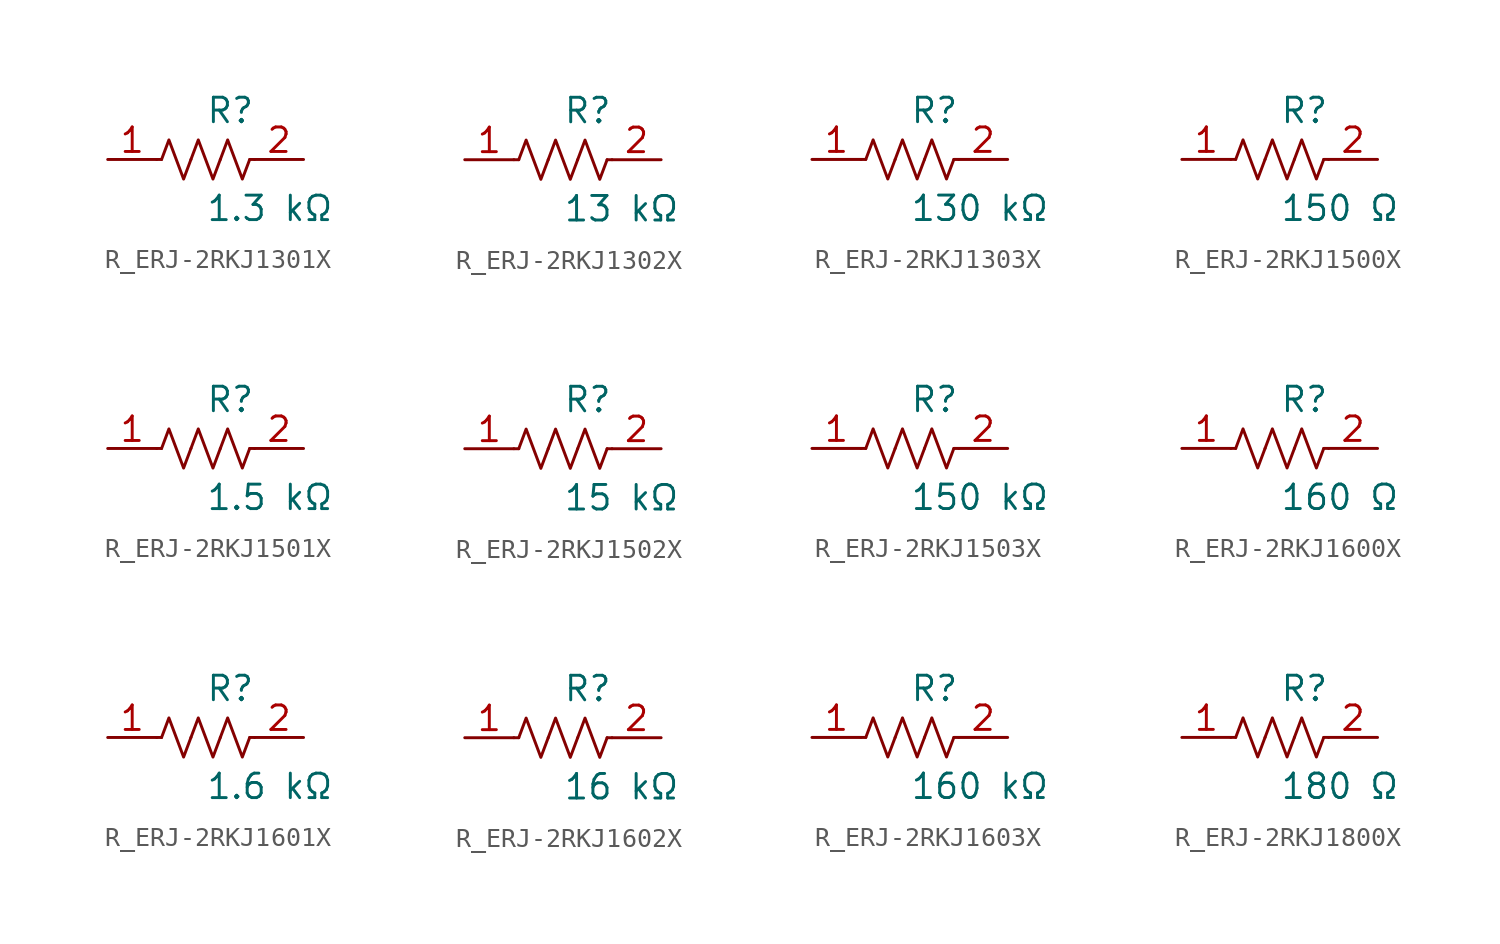
<source format=kicad_sym>
(kicad_symbol_lib
  (version 20231120)
  (generator kicad_symbol_editor)
  (generator_version 8.0)
  (symbol "R_ERJ-2RKJ1301X"
    (pin_names
      (offset 0.254))
    (property "Reference" "R"
      (at 0.0 2.54 0)
      (effects (font (size 1.27 1.27)) (justify left)))
    (property "Value" "1.3 kΩ"
      (at 0.0 -2.54 0)
      (effects (font (size 1.27 1.27)) (justify left)))
    (symbol "R_ERJ-2RKJ1301X_0_1"
      (polyline (pts (xy 2.286 0) (xy 2.54 0)) (stroke (width 0) (type default)) (fill (type none)))
      (polyline (pts (xy -2.286 0) (xy -2.54 0)) (stroke (width 0) (type default)) (fill (type none)))
      (polyline (pts (xy 0.762 0) (xy 1.143 1.016) (xy 1.524 0) (xy 1.905 -1.016) (xy 2.286 0)) (stroke (width 0) (type default)) (fill (type none)))
      (polyline (pts (xy -0.762 0) (xy -0.381 1.016) (xy 0 0) (xy 0.381 -1.016) (xy 0.762 0)) (stroke (width 0) (type default)) (fill (type none)))
      (polyline (pts (xy -2.286 0) (xy -1.905 1.016) (xy -1.524 0) (xy -1.143 -1.016) (xy -0.762 0)) (stroke (width 0) (type default)) (fill (type none))))
    (pin unspecified line
      (at -5.08 0 0)
      (length 2.54)
      (name "" (effects (font (size 1.27 1.27))))
      (number "1" (effects (font (size 1.27 1.27)))))
    (pin unspecified line
      (at 5.08 0 180)
      (length 2.54)
      (name "" (effects (font (size 1.27 1.27))))
      (number "2" (effects (font (size 1.27 1.27))))))
  (symbol "R_ERJ-2RKJ1302X"
    (pin_names
      (offset 0.254))
    (property "Reference" "R"
      (at 0.0 2.54 0)
      (effects (font (size 1.27 1.27)) (justify left)))
    (property "Value" "13 kΩ"
      (at 0.0 -2.54 0)
      (effects (font (size 1.27 1.27)) (justify left)))
    (symbol "R_ERJ-2RKJ1302X_0_1"
      (polyline (pts (xy 2.286 0) (xy 2.54 0)) (stroke (width 0) (type default)) (fill (type none)))
      (polyline (pts (xy -2.286 0) (xy -2.54 0)) (stroke (width 0) (type default)) (fill (type none)))
      (polyline (pts (xy 0.762 0) (xy 1.143 1.016) (xy 1.524 0) (xy 1.905 -1.016) (xy 2.286 0)) (stroke (width 0) (type default)) (fill (type none)))
      (polyline (pts (xy -0.762 0) (xy -0.381 1.016) (xy 0 0) (xy 0.381 -1.016) (xy 0.762 0)) (stroke (width 0) (type default)) (fill (type none)))
      (polyline (pts (xy -2.286 0) (xy -1.905 1.016) (xy -1.524 0) (xy -1.143 -1.016) (xy -0.762 0)) (stroke (width 0) (type default)) (fill (type none))))
    (pin unspecified line
      (at -5.08 0 0)
      (length 2.54)
      (name "" (effects (font (size 1.27 1.27))))
      (number "1" (effects (font (size 1.27 1.27)))))
    (pin unspecified line
      (at 5.08 0 180)
      (length 2.54)
      (name "" (effects (font (size 1.27 1.27))))
      (number "2" (effects (font (size 1.27 1.27))))))
  (symbol "R_ERJ-2RKJ1303X"
    (pin_names
      (offset 0.254))
    (property "Reference" "R"
      (at 0.0 2.54 0)
      (effects (font (size 1.27 1.27)) (justify left)))
    (property "Value" "130 kΩ"
      (at 0.0 -2.54 0)
      (effects (font (size 1.27 1.27)) (justify left)))
    (symbol "R_ERJ-2RKJ1303X_0_1"
      (polyline (pts (xy 2.286 0) (xy 2.54 0)) (stroke (width 0) (type default)) (fill (type none)))
      (polyline (pts (xy -2.286 0) (xy -2.54 0)) (stroke (width 0) (type default)) (fill (type none)))
      (polyline (pts (xy 0.762 0) (xy 1.143 1.016) (xy 1.524 0) (xy 1.905 -1.016) (xy 2.286 0)) (stroke (width 0) (type default)) (fill (type none)))
      (polyline (pts (xy -0.762 0) (xy -0.381 1.016) (xy 0 0) (xy 0.381 -1.016) (xy 0.762 0)) (stroke (width 0) (type default)) (fill (type none)))
      (polyline (pts (xy -2.286 0) (xy -1.905 1.016) (xy -1.524 0) (xy -1.143 -1.016) (xy -0.762 0)) (stroke (width 0) (type default)) (fill (type none))))
    (pin unspecified line
      (at -5.08 0 0)
      (length 2.54)
      (name "" (effects (font (size 1.27 1.27))))
      (number "1" (effects (font (size 1.27 1.27)))))
    (pin unspecified line
      (at 5.08 0 180)
      (length 2.54)
      (name "" (effects (font (size 1.27 1.27))))
      (number "2" (effects (font (size 1.27 1.27))))))
  (symbol "R_ERJ-2RKJ1500X"
    (pin_names
      (offset 0.254))
    (property "Reference" "R"
      (at 0.0 2.54 0)
      (effects (font (size 1.27 1.27)) (justify left)))
    (property "Value" "150 Ω"
      (at 0.0 -2.54 0)
      (effects (font (size 1.27 1.27)) (justify left)))
    (symbol "R_ERJ-2RKJ1500X_0_1"
      (polyline (pts (xy 2.286 0) (xy 2.54 0)) (stroke (width 0) (type default)) (fill (type none)))
      (polyline (pts (xy -2.286 0) (xy -2.54 0)) (stroke (width 0) (type default)) (fill (type none)))
      (polyline (pts (xy 0.762 0) (xy 1.143 1.016) (xy 1.524 0) (xy 1.905 -1.016) (xy 2.286 0)) (stroke (width 0) (type default)) (fill (type none)))
      (polyline (pts (xy -0.762 0) (xy -0.381 1.016) (xy 0 0) (xy 0.381 -1.016) (xy 0.762 0)) (stroke (width 0) (type default)) (fill (type none)))
      (polyline (pts (xy -2.286 0) (xy -1.905 1.016) (xy -1.524 0) (xy -1.143 -1.016) (xy -0.762 0)) (stroke (width 0) (type default)) (fill (type none))))
    (pin unspecified line
      (at -5.08 0 0)
      (length 2.54)
      (name "" (effects (font (size 1.27 1.27))))
      (number "1" (effects (font (size 1.27 1.27)))))
    (pin unspecified line
      (at 5.08 0 180)
      (length 2.54)
      (name "" (effects (font (size 1.27 1.27))))
      (number "2" (effects (font (size 1.27 1.27))))))
  (symbol "R_ERJ-2RKJ1501X"
    (pin_names
      (offset 0.254))
    (property "Reference" "R"
      (at 0.0 2.54 0)
      (effects (font (size 1.27 1.27)) (justify left)))
    (property "Value" "1.5 kΩ"
      (at 0.0 -2.54 0)
      (effects (font (size 1.27 1.27)) (justify left)))
    (symbol "R_ERJ-2RKJ1501X_0_1"
      (polyline (pts (xy 2.286 0) (xy 2.54 0)) (stroke (width 0) (type default)) (fill (type none)))
      (polyline (pts (xy -2.286 0) (xy -2.54 0)) (stroke (width 0) (type default)) (fill (type none)))
      (polyline (pts (xy 0.762 0) (xy 1.143 1.016) (xy 1.524 0) (xy 1.905 -1.016) (xy 2.286 0)) (stroke (width 0) (type default)) (fill (type none)))
      (polyline (pts (xy -0.762 0) (xy -0.381 1.016) (xy 0 0) (xy 0.381 -1.016) (xy 0.762 0)) (stroke (width 0) (type default)) (fill (type none)))
      (polyline (pts (xy -2.286 0) (xy -1.905 1.016) (xy -1.524 0) (xy -1.143 -1.016) (xy -0.762 0)) (stroke (width 0) (type default)) (fill (type none))))
    (pin unspecified line
      (at -5.08 0 0)
      (length 2.54)
      (name "" (effects (font (size 1.27 1.27))))
      (number "1" (effects (font (size 1.27 1.27)))))
    (pin unspecified line
      (at 5.08 0 180)
      (length 2.54)
      (name "" (effects (font (size 1.27 1.27))))
      (number "2" (effects (font (size 1.27 1.27))))))
  (symbol "R_ERJ-2RKJ1502X"
    (pin_names
      (offset 0.254))
    (property "Reference" "R"
      (at 0.0 2.54 0)
      (effects (font (size 1.27 1.27)) (justify left)))
    (property "Value" "15 kΩ"
      (at 0.0 -2.54 0)
      (effects (font (size 1.27 1.27)) (justify left)))
    (symbol "R_ERJ-2RKJ1502X_0_1"
      (polyline (pts (xy 2.286 0) (xy 2.54 0)) (stroke (width 0) (type default)) (fill (type none)))
      (polyline (pts (xy -2.286 0) (xy -2.54 0)) (stroke (width 0) (type default)) (fill (type none)))
      (polyline (pts (xy 0.762 0) (xy 1.143 1.016) (xy 1.524 0) (xy 1.905 -1.016) (xy 2.286 0)) (stroke (width 0) (type default)) (fill (type none)))
      (polyline (pts (xy -0.762 0) (xy -0.381 1.016) (xy 0 0) (xy 0.381 -1.016) (xy 0.762 0)) (stroke (width 0) (type default)) (fill (type none)))
      (polyline (pts (xy -2.286 0) (xy -1.905 1.016) (xy -1.524 0) (xy -1.143 -1.016) (xy -0.762 0)) (stroke (width 0) (type default)) (fill (type none))))
    (pin unspecified line
      (at -5.08 0 0)
      (length 2.54)
      (name "" (effects (font (size 1.27 1.27))))
      (number "1" (effects (font (size 1.27 1.27)))))
    (pin unspecified line
      (at 5.08 0 180)
      (length 2.54)
      (name "" (effects (font (size 1.27 1.27))))
      (number "2" (effects (font (size 1.27 1.27))))))
  (symbol "R_ERJ-2RKJ1503X"
    (pin_names
      (offset 0.254))
    (property "Reference" "R"
      (at 0.0 2.54 0)
      (effects (font (size 1.27 1.27)) (justify left)))
    (property "Value" "150 kΩ"
      (at 0.0 -2.54 0)
      (effects (font (size 1.27 1.27)) (justify left)))
    (symbol "R_ERJ-2RKJ1503X_0_1"
      (polyline (pts (xy 2.286 0) (xy 2.54 0)) (stroke (width 0) (type default)) (fill (type none)))
      (polyline (pts (xy -2.286 0) (xy -2.54 0)) (stroke (width 0) (type default)) (fill (type none)))
      (polyline (pts (xy 0.762 0) (xy 1.143 1.016) (xy 1.524 0) (xy 1.905 -1.016) (xy 2.286 0)) (stroke (width 0) (type default)) (fill (type none)))
      (polyline (pts (xy -0.762 0) (xy -0.381 1.016) (xy 0 0) (xy 0.381 -1.016) (xy 0.762 0)) (stroke (width 0) (type default)) (fill (type none)))
      (polyline (pts (xy -2.286 0) (xy -1.905 1.016) (xy -1.524 0) (xy -1.143 -1.016) (xy -0.762 0)) (stroke (width 0) (type default)) (fill (type none))))
    (pin unspecified line
      (at -5.08 0 0)
      (length 2.54)
      (name "" (effects (font (size 1.27 1.27))))
      (number "1" (effects (font (size 1.27 1.27)))))
    (pin unspecified line
      (at 5.08 0 180)
      (length 2.54)
      (name "" (effects (font (size 1.27 1.27))))
      (number "2" (effects (font (size 1.27 1.27))))))
  (symbol "R_ERJ-2RKJ1600X"
    (pin_names
      (offset 0.254))
    (property "Reference" "R"
      (at 0.0 2.54 0)
      (effects (font (size 1.27 1.27)) (justify left)))
    (property "Value" "160 Ω"
      (at 0.0 -2.54 0)
      (effects (font (size 1.27 1.27)) (justify left)))
    (symbol "R_ERJ-2RKJ1600X_0_1"
      (polyline (pts (xy 2.286 0) (xy 2.54 0)) (stroke (width 0) (type default)) (fill (type none)))
      (polyline (pts (xy -2.286 0) (xy -2.54 0)) (stroke (width 0) (type default)) (fill (type none)))
      (polyline (pts (xy 0.762 0) (xy 1.143 1.016) (xy 1.524 0) (xy 1.905 -1.016) (xy 2.286 0)) (stroke (width 0) (type default)) (fill (type none)))
      (polyline (pts (xy -0.762 0) (xy -0.381 1.016) (xy 0 0) (xy 0.381 -1.016) (xy 0.762 0)) (stroke (width 0) (type default)) (fill (type none)))
      (polyline (pts (xy -2.286 0) (xy -1.905 1.016) (xy -1.524 0) (xy -1.143 -1.016) (xy -0.762 0)) (stroke (width 0) (type default)) (fill (type none))))
    (pin unspecified line
      (at -5.08 0 0)
      (length 2.54)
      (name "" (effects (font (size 1.27 1.27))))
      (number "1" (effects (font (size 1.27 1.27)))))
    (pin unspecified line
      (at 5.08 0 180)
      (length 2.54)
      (name "" (effects (font (size 1.27 1.27))))
      (number "2" (effects (font (size 1.27 1.27))))))
  (symbol "R_ERJ-2RKJ1601X"
    (pin_names
      (offset 0.254))
    (property "Reference" "R"
      (at 0.0 2.54 0)
      (effects (font (size 1.27 1.27)) (justify left)))
    (property "Value" "1.6 kΩ"
      (at 0.0 -2.54 0)
      (effects (font (size 1.27 1.27)) (justify left)))
    (symbol "R_ERJ-2RKJ1601X_0_1"
      (polyline (pts (xy 2.286 0) (xy 2.54 0)) (stroke (width 0) (type default)) (fill (type none)))
      (polyline (pts (xy -2.286 0) (xy -2.54 0)) (stroke (width 0) (type default)) (fill (type none)))
      (polyline (pts (xy 0.762 0) (xy 1.143 1.016) (xy 1.524 0) (xy 1.905 -1.016) (xy 2.286 0)) (stroke (width 0) (type default)) (fill (type none)))
      (polyline (pts (xy -0.762 0) (xy -0.381 1.016) (xy 0 0) (xy 0.381 -1.016) (xy 0.762 0)) (stroke (width 0) (type default)) (fill (type none)))
      (polyline (pts (xy -2.286 0) (xy -1.905 1.016) (xy -1.524 0) (xy -1.143 -1.016) (xy -0.762 0)) (stroke (width 0) (type default)) (fill (type none))))
    (pin unspecified line
      (at -5.08 0 0)
      (length 2.54)
      (name "" (effects (font (size 1.27 1.27))))
      (number "1" (effects (font (size 1.27 1.27)))))
    (pin unspecified line
      (at 5.08 0 180)
      (length 2.54)
      (name "" (effects (font (size 1.27 1.27))))
      (number "2" (effects (font (size 1.27 1.27))))))
  (symbol "R_ERJ-2RKJ1602X"
    (pin_names
      (offset 0.254))
    (property "Reference" "R"
      (at 0.0 2.54 0)
      (effects (font (size 1.27 1.27)) (justify left)))
    (property "Value" "16 kΩ"
      (at 0.0 -2.54 0)
      (effects (font (size 1.27 1.27)) (justify left)))
    (symbol "R_ERJ-2RKJ1602X_0_1"
      (polyline (pts (xy 2.286 0) (xy 2.54 0)) (stroke (width 0) (type default)) (fill (type none)))
      (polyline (pts (xy -2.286 0) (xy -2.54 0)) (stroke (width 0) (type default)) (fill (type none)))
      (polyline (pts (xy 0.762 0) (xy 1.143 1.016) (xy 1.524 0) (xy 1.905 -1.016) (xy 2.286 0)) (stroke (width 0) (type default)) (fill (type none)))
      (polyline (pts (xy -0.762 0) (xy -0.381 1.016) (xy 0 0) (xy 0.381 -1.016) (xy 0.762 0)) (stroke (width 0) (type default)) (fill (type none)))
      (polyline (pts (xy -2.286 0) (xy -1.905 1.016) (xy -1.524 0) (xy -1.143 -1.016) (xy -0.762 0)) (stroke (width 0) (type default)) (fill (type none))))
    (pin unspecified line
      (at -5.08 0 0)
      (length 2.54)
      (name "" (effects (font (size 1.27 1.27))))
      (number "1" (effects (font (size 1.27 1.27)))))
    (pin unspecified line
      (at 5.08 0 180)
      (length 2.54)
      (name "" (effects (font (size 1.27 1.27))))
      (number "2" (effects (font (size 1.27 1.27))))))
  (symbol "R_ERJ-2RKJ1603X"
    (pin_names
      (offset 0.254))
    (property "Reference" "R"
      (at 0.0 2.54 0)
      (effects (font (size 1.27 1.27)) (justify left)))
    (property "Value" "160 kΩ"
      (at 0.0 -2.54 0)
      (effects (font (size 1.27 1.27)) (justify left)))
    (symbol "R_ERJ-2RKJ1603X_0_1"
      (polyline (pts (xy 2.286 0) (xy 2.54 0)) (stroke (width 0) (type default)) (fill (type none)))
      (polyline (pts (xy -2.286 0) (xy -2.54 0)) (stroke (width 0) (type default)) (fill (type none)))
      (polyline (pts (xy 0.762 0) (xy 1.143 1.016) (xy 1.524 0) (xy 1.905 -1.016) (xy 2.286 0)) (stroke (width 0) (type default)) (fill (type none)))
      (polyline (pts (xy -0.762 0) (xy -0.381 1.016) (xy 0 0) (xy 0.381 -1.016) (xy 0.762 0)) (stroke (width 0) (type default)) (fill (type none)))
      (polyline (pts (xy -2.286 0) (xy -1.905 1.016) (xy -1.524 0) (xy -1.143 -1.016) (xy -0.762 0)) (stroke (width 0) (type default)) (fill (type none))))
    (pin unspecified line
      (at -5.08 0 0)
      (length 2.54)
      (name "" (effects (font (size 1.27 1.27))))
      (number "1" (effects (font (size 1.27 1.27)))))
    (pin unspecified line
      (at 5.08 0 180)
      (length 2.54)
      (name "" (effects (font (size 1.27 1.27))))
      (number "2" (effects (font (size 1.27 1.27))))))
  (symbol "R_ERJ-2RKJ1800X"
    (pin_names
      (offset 0.254))
    (property "Reference" "R"
      (at 0.0 2.54 0)
      (effects (font (size 1.27 1.27)) (justify left)))
    (property "Value" "180 Ω"
      (at 0.0 -2.54 0)
      (effects (font (size 1.27 1.27)) (justify left)))
    (symbol "R_ERJ-2RKJ1800X_0_1"
      (polyline (pts (xy 2.286 0) (xy 2.54 0)) (stroke (width 0) (type default)) (fill (type none)))
      (polyline (pts (xy -2.286 0) (xy -2.54 0)) (stroke (width 0) (type default)) (fill (type none)))
      (polyline (pts (xy 0.762 0) (xy 1.143 1.016) (xy 1.524 0) (xy 1.905 -1.016) (xy 2.286 0)) (stroke (width 0) (type default)) (fill (type none)))
      (polyline (pts (xy -0.762 0) (xy -0.381 1.016) (xy 0 0) (xy 0.381 -1.016) (xy 0.762 0)) (stroke (width 0) (type default)) (fill (type none)))
      (polyline (pts (xy -2.286 0) (xy -1.905 1.016) (xy -1.524 0) (xy -1.143 -1.016) (xy -0.762 0)) (stroke (width 0) (type default)) (fill (type none))))
    (pin unspecified line
      (at -5.08 0 0)
      (length 2.54)
      (name "" (effects (font (size 1.27 1.27))))
      (number "1" (effects (font (size 1.27 1.27)))))
    (pin unspecified line
      (at 5.08 0 180)
      (length 2.54)
      (name "" (effects (font (size 1.27 1.27))))
      (number "2" (effects (font (size 1.27 1.27)))))))
</source>
